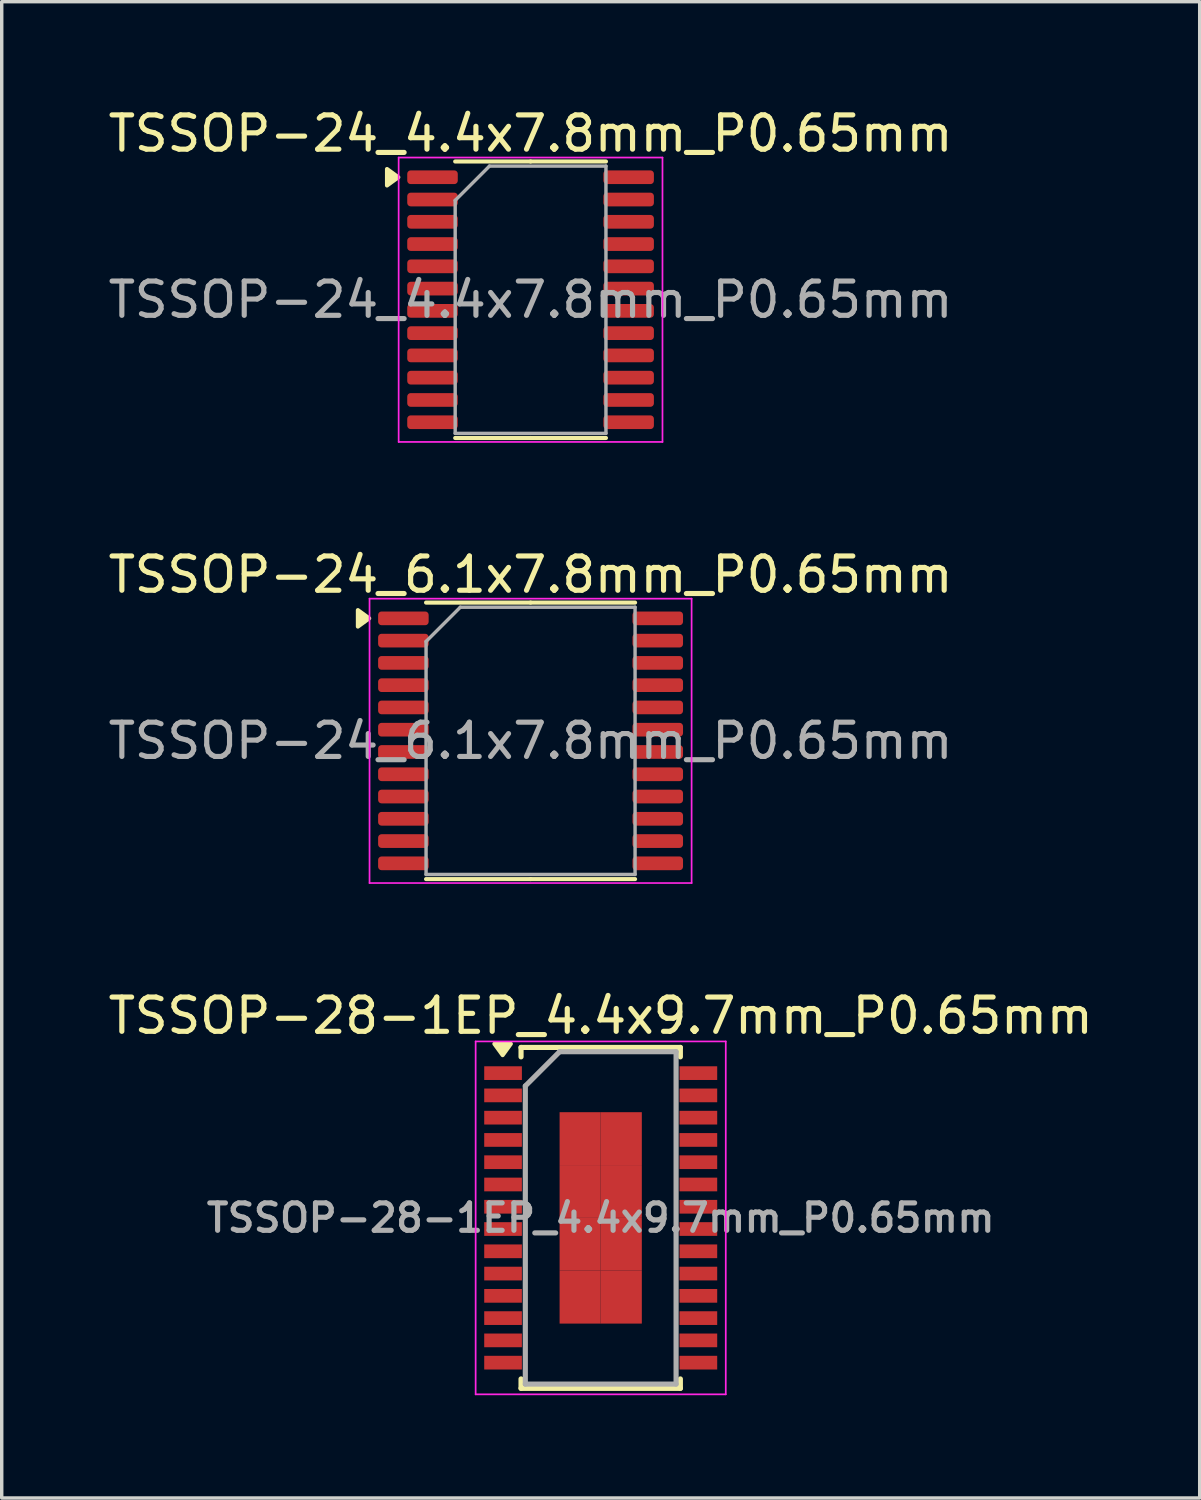
<source format=kicad_pcb>
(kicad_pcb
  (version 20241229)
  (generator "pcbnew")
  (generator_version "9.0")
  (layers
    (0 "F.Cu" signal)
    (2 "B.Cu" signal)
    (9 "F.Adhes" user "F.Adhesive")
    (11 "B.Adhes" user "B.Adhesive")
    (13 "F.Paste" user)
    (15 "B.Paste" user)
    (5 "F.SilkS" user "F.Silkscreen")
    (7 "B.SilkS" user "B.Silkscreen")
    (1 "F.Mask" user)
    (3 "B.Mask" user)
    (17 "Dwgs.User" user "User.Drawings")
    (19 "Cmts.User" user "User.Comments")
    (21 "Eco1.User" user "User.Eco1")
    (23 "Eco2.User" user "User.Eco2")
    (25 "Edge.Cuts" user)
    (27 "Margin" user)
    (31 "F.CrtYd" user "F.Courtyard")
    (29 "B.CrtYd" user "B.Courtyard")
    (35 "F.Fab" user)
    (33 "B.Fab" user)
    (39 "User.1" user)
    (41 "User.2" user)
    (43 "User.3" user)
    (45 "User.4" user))
  (footprint "TSSOP-28-1EP_4.4x9.7mm_P0.65mm"
    (layer "F.Cu")
    (at 14.482 32.495)
    (property "Reference" "TSSOP-28-1EP_4.4x9.7mm_P0.65mm" (at 0 -5.9 0) (layer "F.SilkS") (effects (font (size 1 1) (thickness 0.15))))
    (attr smd)
    (fp_line (start -2.325 -4.975) (end -2.325 -4.7) (stroke (width 0.15) (type solid)) (layer "F.SilkS"))
    (fp_line (start -2.325 -4.975) (end 2.325 -4.975) (stroke (width 0.15) (type solid)) (layer "F.SilkS"))
    (fp_line (start -2.325 4.975) (end -2.325 4.7) (stroke (width 0.15) (type solid)) (layer "F.SilkS"))
    (fp_line (start -2.325 4.975) (end 2.325 4.975) (stroke (width 0.15) (type solid)) (layer "F.SilkS"))
    (fp_line (start 2.325 -4.975) (end 2.325 -4.7) (stroke (width 0.15) (type solid)) (layer "F.SilkS"))
    (fp_line (start 2.325 4.975) (end 2.325 4.7) (stroke (width 0.15) (type solid)) (layer "F.SilkS"))
    (fp_poly (pts (xy -2.862 -4.75) (xy -2.623 -5.08) (xy -3.103 -5.08) (xy -2.862 -4.75)) (stroke (width 0.12) (type solid)) (fill yes) (layer "F.SilkS"))
    (fp_line (start -3.65 -5.15) (end -3.65 5.15) (stroke (width 0.05) (type solid)) (layer "F.CrtYd"))
    (fp_line (start -3.65 -5.15) (end 3.65 -5.15) (stroke (width 0.05) (type solid)) (layer "F.CrtYd"))
    (fp_line (start -3.65 5.15) (end 3.65 5.15) (stroke (width 0.05) (type solid)) (layer "F.CrtYd"))
    (fp_line (start 3.65 -5.15) (end 3.65 5.15) (stroke (width 0.05) (type solid)) (layer "F.CrtYd"))
    (fp_line (start -2.2 -3.85) (end -1.2 -4.85) (stroke (width 0.15) (type solid)) (layer "F.Fab"))
    (fp_line (start -2.2 4.85) (end -2.2 -3.85) (stroke (width 0.15) (type solid)) (layer "F.Fab"))
    (fp_line (start -1.2 -4.85) (end 2.2 -4.85) (stroke (width 0.15) (type solid)) (layer "F.Fab"))
    (fp_line (start 2.2 -4.85) (end 2.2 4.85) (stroke (width 0.15) (type solid)) (layer "F.Fab"))
    (fp_line (start 2.2 4.85) (end -2.2 4.85) (stroke (width 0.15) (type solid)) (layer "F.Fab"))
    (fp_text user "${REFERENCE}" (at 0 0 0) (layer "F.Fab") (effects (font (size 0.8 0.8) (thickness 0.15))))
    (pad "1" smd rect (at -2.85 -4.225) (size 1.1 0.4) (layers "F.Cu" "F.Mask" "F.Paste"))
    (pad "2" smd rect (at -2.85 -3.575) (size 1.1 0.4) (layers "F.Cu" "F.Mask" "F.Paste"))
    (pad "3" smd rect (at -2.85 -2.925) (size 1.1 0.4) (layers "F.Cu" "F.Mask" "F.Paste"))
    (pad "4" smd rect (at -2.85 -2.275) (size 1.1 0.4) (layers "F.Cu" "F.Mask" "F.Paste"))
    (pad "5" smd rect (at -2.85 -1.625) (size 1.1 0.4) (layers "F.Cu" "F.Mask" "F.Paste"))
    (pad "6" smd rect (at -2.85 -0.975) (size 1.1 0.4) (layers "F.Cu" "F.Mask" "F.Paste"))
    (pad "7" smd rect (at -2.85 -0.325) (size 1.1 0.4) (layers "F.Cu" "F.Mask" "F.Paste"))
    (pad "8" smd rect (at -2.85 0.325) (size 1.1 0.4) (layers "F.Cu" "F.Mask" "F.Paste"))
    (pad "9" smd rect (at -2.85 0.975) (size 1.1 0.4) (layers "F.Cu" "F.Mask" "F.Paste"))
    (pad "10" smd rect (at -2.85 1.625) (size 1.1 0.4) (layers "F.Cu" "F.Mask" "F.Paste"))
    (pad "11" smd rect (at -2.85 2.275) (size 1.1 0.4) (layers "F.Cu" "F.Mask" "F.Paste"))
    (pad "12" smd rect (at -2.85 2.925) (size 1.1 0.4) (layers "F.Cu" "F.Mask" "F.Paste"))
    (pad "13" smd rect (at -2.85 3.575) (size 1.1 0.4) (layers "F.Cu" "F.Mask" "F.Paste"))
    (pad "14" smd rect (at -2.85 4.225) (size 1.1 0.4) (layers "F.Cu" "F.Mask" "F.Paste"))
    (pad "15" smd rect (at 2.85 4.225) (size 1.1 0.4) (layers "F.Cu" "F.Mask" "F.Paste"))
    (pad "16" smd rect (at 2.85 3.575) (size 1.1 0.4) (layers "F.Cu" "F.Mask" "F.Paste"))
    (pad "17" smd rect (at 2.85 2.925) (size 1.1 0.4) (layers "F.Cu" "F.Mask" "F.Paste"))
    (pad "18" smd rect (at 2.85 2.275) (size 1.1 0.4) (layers "F.Cu" "F.Mask" "F.Paste"))
    (pad "19" smd rect (at 2.85 1.625) (size 1.1 0.4) (layers "F.Cu" "F.Mask" "F.Paste"))
    (pad "20" smd rect (at 2.85 0.975) (size 1.1 0.4) (layers "F.Cu" "F.Mask" "F.Paste"))
    (pad "21" smd rect (at 2.85 0.325) (size 1.1 0.4) (layers "F.Cu" "F.Mask" "F.Paste"))
    (pad "22" smd rect (at 2.85 -0.325) (size 1.1 0.4) (layers "F.Cu" "F.Mask" "F.Paste"))
    (pad "23" smd rect (at 2.85 -0.975) (size 1.1 0.4) (layers "F.Cu" "F.Mask" "F.Paste"))
    (pad "24" smd rect (at 2.85 -1.625) (size 1.1 0.4) (layers "F.Cu" "F.Mask" "F.Paste"))
    (pad "25" smd rect (at 2.85 -2.275) (size 1.1 0.4) (layers "F.Cu" "F.Mask" "F.Paste"))
    (pad "26" smd rect (at 2.85 -2.925) (size 1.1 0.4) (layers "F.Cu" "F.Mask" "F.Paste"))
    (pad "27" smd rect (at 2.85 -3.575) (size 1.1 0.4) (layers "F.Cu" "F.Mask" "F.Paste"))
    (pad "28" smd rect (at 2.85 -4.225) (size 1.1 0.4) (layers "F.Cu" "F.Mask" "F.Paste"))
    (pad "29" smd rect (at -0.6 -2.314) (size 1.2 1.542) (layers "F.Cu" "F.Mask" "F.Paste"))
    (pad "29" smd rect (at -0.6 -0.771) (size 1.2 1.542) (layers "F.Cu" "F.Mask" "F.Paste"))
    (pad "29" smd rect (at -0.6 0.771) (size 1.2 1.542) (layers "F.Cu" "F.Mask" "F.Paste"))
    (pad "29" smd rect (at -0.6 2.314) (size 1.2 1.542) (layers "F.Cu" "F.Mask" "F.Paste"))
    (pad "29" smd rect (at 0.6 -2.314) (size 1.2 1.542) (layers "F.Cu" "F.Mask" "F.Paste"))
    (pad "29" smd rect (at 0.6 -0.771) (size 1.2 1.542) (layers "F.Cu" "F.Mask" "F.Paste"))
    (pad "29" smd rect (at 0.6 0.771) (size 1.2 1.542) (layers "F.Cu" "F.Mask" "F.Paste"))
    (pad "29" smd rect (at 0.6 2.314) (size 1.2 1.542) (layers "F.Cu" "F.Mask" "F.Paste")))
  (footprint "TSSOP-24_4.4x7.8mm_P0.65mm"
    (layer "F.Cu")
    (at 12.435 5.698)
    (property "Reference" "TSSOP-24_4.4x7.8mm_P0.65mm" (at 0 -4.85 0) (layer "F.SilkS") (effects (font (size 1 1) (thickness 0.15))))
    (attr smd)
    (fp_line (start 0 -4.035) (end -2.2 -4.035) (stroke (width 0.12) (type solid)) (layer "F.SilkS"))
    (fp_line (start 0 -4.035) (end 2.2 -4.035) (stroke (width 0.12) (type solid)) (layer "F.SilkS"))
    (fp_line (start 0 4.035) (end -2.2 4.035) (stroke (width 0.12) (type solid)) (layer "F.SilkS"))
    (fp_line (start 0 4.035) (end 2.2 4.035) (stroke (width 0.12) (type solid)) (layer "F.SilkS"))
    (fp_poly (pts (xy -3.86 -3.575) (xy -4.19 -3.815) (xy -4.19 -3.335) (xy -3.86 -3.575)) (stroke (width 0.12) (type solid)) (fill yes) (layer "F.SilkS"))
    (fp_line (start -3.85 -4.15) (end -3.85 4.15) (stroke (width 0.05) (type solid)) (layer "F.CrtYd"))
    (fp_line (start -3.85 4.15) (end 3.85 4.15) (stroke (width 0.05) (type solid)) (layer "F.CrtYd"))
    (fp_line (start 3.85 -4.15) (end -3.85 -4.15) (stroke (width 0.05) (type solid)) (layer "F.CrtYd"))
    (fp_line (start 3.85 4.15) (end 3.85 -4.15) (stroke (width 0.05) (type solid)) (layer "F.CrtYd"))
    (fp_line (start -2.2 -2.9) (end -1.2 -3.9) (stroke (width 0.1) (type solid)) (layer "F.Fab"))
    (fp_line (start -2.2 3.9) (end -2.2 -2.9) (stroke (width 0.1) (type solid)) (layer "F.Fab"))
    (fp_line (start -1.2 -3.9) (end 2.2 -3.9) (stroke (width 0.1) (type solid)) (layer "F.Fab"))
    (fp_line (start 2.2 -3.9) (end 2.2 3.9) (stroke (width 0.1) (type solid)) (layer "F.Fab"))
    (fp_line (start 2.2 3.9) (end -2.2 3.9) (stroke (width 0.1) (type solid)) (layer "F.Fab"))
    (fp_text user "${REFERENCE}" (at 0 0 0) (layer "F.Fab") (effects (font (size 1 1) (thickness 0.15))))
    (pad "1" smd roundrect (at -2.862 -3.575) (size 1.475 0.4) (layers "F.Cu" "F.Mask" "F.Paste") (roundrect_rratio 0.25))
    (pad "2" smd roundrect (at -2.862 -2.925) (size 1.475 0.4) (layers "F.Cu" "F.Mask" "F.Paste") (roundrect_rratio 0.25))
    (pad "3" smd roundrect (at -2.862 -2.275) (size 1.475 0.4) (layers "F.Cu" "F.Mask" "F.Paste") (roundrect_rratio 0.25))
    (pad "4" smd roundrect (at -2.862 -1.625) (size 1.475 0.4) (layers "F.Cu" "F.Mask" "F.Paste") (roundrect_rratio 0.25))
    (pad "5" smd roundrect (at -2.862 -0.975) (size 1.475 0.4) (layers "F.Cu" "F.Mask" "F.Paste") (roundrect_rratio 0.25))
    (pad "6" smd roundrect (at -2.862 -0.325) (size 1.475 0.4) (layers "F.Cu" "F.Mask" "F.Paste") (roundrect_rratio 0.25))
    (pad "7" smd roundrect (at -2.862 0.325) (size 1.475 0.4) (layers "F.Cu" "F.Mask" "F.Paste") (roundrect_rratio 0.25))
    (pad "8" smd roundrect (at -2.862 0.975) (size 1.475 0.4) (layers "F.Cu" "F.Mask" "F.Paste") (roundrect_rratio 0.25))
    (pad "9" smd roundrect (at -2.862 1.625) (size 1.475 0.4) (layers "F.Cu" "F.Mask" "F.Paste") (roundrect_rratio 0.25))
    (pad "10" smd roundrect (at -2.862 2.275) (size 1.475 0.4) (layers "F.Cu" "F.Mask" "F.Paste") (roundrect_rratio 0.25))
    (pad "11" smd roundrect (at -2.862 2.925) (size 1.475 0.4) (layers "F.Cu" "F.Mask" "F.Paste") (roundrect_rratio 0.25))
    (pad "12" smd roundrect (at -2.862 3.575) (size 1.475 0.4) (layers "F.Cu" "F.Mask" "F.Paste") (roundrect_rratio 0.25))
    (pad "13" smd roundrect (at 2.862 3.575) (size 1.475 0.4) (layers "F.Cu" "F.Mask" "F.Paste") (roundrect_rratio 0.25))
    (pad "14" smd roundrect (at 2.862 2.925) (size 1.475 0.4) (layers "F.Cu" "F.Mask" "F.Paste") (roundrect_rratio 0.25))
    (pad "15" smd roundrect (at 2.862 2.275) (size 1.475 0.4) (layers "F.Cu" "F.Mask" "F.Paste") (roundrect_rratio 0.25))
    (pad "16" smd roundrect (at 2.862 1.625) (size 1.475 0.4) (layers "F.Cu" "F.Mask" "F.Paste") (roundrect_rratio 0.25))
    (pad "17" smd roundrect (at 2.862 0.975) (size 1.475 0.4) (layers "F.Cu" "F.Mask" "F.Paste") (roundrect_rratio 0.25))
    (pad "18" smd roundrect (at 2.862 0.325) (size 1.475 0.4) (layers "F.Cu" "F.Mask" "F.Paste") (roundrect_rratio 0.25))
    (pad "19" smd roundrect (at 2.862 -0.325) (size 1.475 0.4) (layers "F.Cu" "F.Mask" "F.Paste") (roundrect_rratio 0.25))
    (pad "20" smd roundrect (at 2.862 -0.975) (size 1.475 0.4) (layers "F.Cu" "F.Mask" "F.Paste") (roundrect_rratio 0.25))
    (pad "21" smd roundrect (at 2.862 -1.625) (size 1.475 0.4) (layers "F.Cu" "F.Mask" "F.Paste") (roundrect_rratio 0.25))
    (pad "22" smd roundrect (at 2.862 -2.275) (size 1.475 0.4) (layers "F.Cu" "F.Mask" "F.Paste") (roundrect_rratio 0.25))
    (pad "23" smd roundrect (at 2.862 -2.925) (size 1.475 0.4) (layers "F.Cu" "F.Mask" "F.Paste") (roundrect_rratio 0.25))
    (pad "24" smd roundrect (at 2.862 -3.575) (size 1.475 0.4) (layers "F.Cu" "F.Mask" "F.Paste") (roundrect_rratio 0.25)))
  (footprint "TSSOP-24_6.1x7.8mm_P0.65mm"
    (layer "F.Cu")
    (at 12.435 18.572)
    (property "Reference" "TSSOP-24_6.1x7.8mm_P0.65mm" (at 0 -4.85 0) (layer "F.SilkS") (effects (font (size 1 1) (thickness 0.15))))
    (attr smd)
    (fp_line (start 0 -4.035) (end -3.05 -4.035) (stroke (width 0.12) (type solid)) (layer "F.SilkS"))
    (fp_line (start 0 -4.035) (end 3.05 -4.035) (stroke (width 0.12) (type solid)) (layer "F.SilkS"))
    (fp_line (start 0 4.035) (end -3.05 4.035) (stroke (width 0.12) (type solid)) (layer "F.SilkS"))
    (fp_line (start 0 4.035) (end 3.05 4.035) (stroke (width 0.12) (type solid)) (layer "F.SilkS"))
    (fp_poly (pts (xy -4.71 -3.575) (xy -5.04 -3.815) (xy -5.04 -3.335) (xy -4.71 -3.575)) (stroke (width 0.12) (type solid)) (fill yes) (layer "F.SilkS"))
    (fp_line (start -4.7 -4.15) (end -4.7 4.15) (stroke (width 0.05) (type solid)) (layer "F.CrtYd"))
    (fp_line (start -4.7 4.15) (end 4.7 4.15) (stroke (width 0.05) (type solid)) (layer "F.CrtYd"))
    (fp_line (start 4.7 -4.15) (end -4.7 -4.15) (stroke (width 0.05) (type solid)) (layer "F.CrtYd"))
    (fp_line (start 4.7 4.15) (end 4.7 -4.15) (stroke (width 0.05) (type solid)) (layer "F.CrtYd"))
    (fp_line (start -3.05 -2.9) (end -2.05 -3.9) (stroke (width 0.1) (type solid)) (layer "F.Fab"))
    (fp_line (start -3.05 3.9) (end -3.05 -2.9) (stroke (width 0.1) (type solid)) (layer "F.Fab"))
    (fp_line (start -2.05 -3.9) (end 3.05 -3.9) (stroke (width 0.1) (type solid)) (layer "F.Fab"))
    (fp_line (start 3.05 -3.9) (end 3.05 3.9) (stroke (width 0.1) (type solid)) (layer "F.Fab"))
    (fp_line (start 3.05 3.9) (end -3.05 3.9) (stroke (width 0.1) (type solid)) (layer "F.Fab"))
    (fp_text user "${REFERENCE}" (at 0 0 0) (layer "F.Fab") (effects (font (size 1 1) (thickness 0.15))))
    (pad "1" smd roundrect (at -3.712 -3.575) (size 1.475 0.4) (layers "F.Cu" "F.Mask" "F.Paste") (roundrect_rratio 0.25))
    (pad "2" smd roundrect (at -3.712 -2.925) (size 1.475 0.4) (layers "F.Cu" "F.Mask" "F.Paste") (roundrect_rratio 0.25))
    (pad "3" smd roundrect (at -3.712 -2.275) (size 1.475 0.4) (layers "F.Cu" "F.Mask" "F.Paste") (roundrect_rratio 0.25))
    (pad "4" smd roundrect (at -3.712 -1.625) (size 1.475 0.4) (layers "F.Cu" "F.Mask" "F.Paste") (roundrect_rratio 0.25))
    (pad "5" smd roundrect (at -3.712 -0.975) (size 1.475 0.4) (layers "F.Cu" "F.Mask" "F.Paste") (roundrect_rratio 0.25))
    (pad "6" smd roundrect (at -3.712 -0.325) (size 1.475 0.4) (layers "F.Cu" "F.Mask" "F.Paste") (roundrect_rratio 0.25))
    (pad "7" smd roundrect (at -3.712 0.325) (size 1.475 0.4) (layers "F.Cu" "F.Mask" "F.Paste") (roundrect_rratio 0.25))
    (pad "8" smd roundrect (at -3.712 0.975) (size 1.475 0.4) (layers "F.Cu" "F.Mask" "F.Paste") (roundrect_rratio 0.25))
    (pad "9" smd roundrect (at -3.712 1.625) (size 1.475 0.4) (layers "F.Cu" "F.Mask" "F.Paste") (roundrect_rratio 0.25))
    (pad "10" smd roundrect (at -3.712 2.275) (size 1.475 0.4) (layers "F.Cu" "F.Mask" "F.Paste") (roundrect_rratio 0.25))
    (pad "11" smd roundrect (at -3.712 2.925) (size 1.475 0.4) (layers "F.Cu" "F.Mask" "F.Paste") (roundrect_rratio 0.25))
    (pad "12" smd roundrect (at -3.712 3.575) (size 1.475 0.4) (layers "F.Cu" "F.Mask" "F.Paste") (roundrect_rratio 0.25))
    (pad "13" smd roundrect (at 3.712 3.575) (size 1.475 0.4) (layers "F.Cu" "F.Mask" "F.Paste") (roundrect_rratio 0.25))
    (pad "14" smd roundrect (at 3.712 2.925) (size 1.475 0.4) (layers "F.Cu" "F.Mask" "F.Paste") (roundrect_rratio 0.25))
    (pad "15" smd roundrect (at 3.712 2.275) (size 1.475 0.4) (layers "F.Cu" "F.Mask" "F.Paste") (roundrect_rratio 0.25))
    (pad "16" smd roundrect (at 3.712 1.625) (size 1.475 0.4) (layers "F.Cu" "F.Mask" "F.Paste") (roundrect_rratio 0.25))
    (pad "17" smd roundrect (at 3.712 0.975) (size 1.475 0.4) (layers "F.Cu" "F.Mask" "F.Paste") (roundrect_rratio 0.25))
    (pad "18" smd roundrect (at 3.712 0.325) (size 1.475 0.4) (layers "F.Cu" "F.Mask" "F.Paste") (roundrect_rratio 0.25))
    (pad "19" smd roundrect (at 3.712 -0.325) (size 1.475 0.4) (layers "F.Cu" "F.Mask" "F.Paste") (roundrect_rratio 0.25))
    (pad "20" smd roundrect (at 3.712 -0.975) (size 1.475 0.4) (layers "F.Cu" "F.Mask" "F.Paste") (roundrect_rratio 0.25))
    (pad "21" smd roundrect (at 3.712 -1.625) (size 1.475 0.4) (layers "F.Cu" "F.Mask" "F.Paste") (roundrect_rratio 0.25))
    (pad "22" smd roundrect (at 3.712 -2.275) (size 1.475 0.4) (layers "F.Cu" "F.Mask" "F.Paste") (roundrect_rratio 0.25))
    (pad "23" smd roundrect (at 3.712 -2.925) (size 1.475 0.4) (layers "F.Cu" "F.Mask" "F.Paste") (roundrect_rratio 0.25))
    (pad "24" smd roundrect (at 3.712 -3.575) (size 1.475 0.4) (layers "F.Cu" "F.Mask" "F.Paste") (roundrect_rratio 0.25)))
  (gr_rect
    (start -3 -3)
    (end 31.964 40.67)
    (stroke (width 0.1) (type default))
    (fill no)
    (layer "Edge.Cuts")))
</source>
